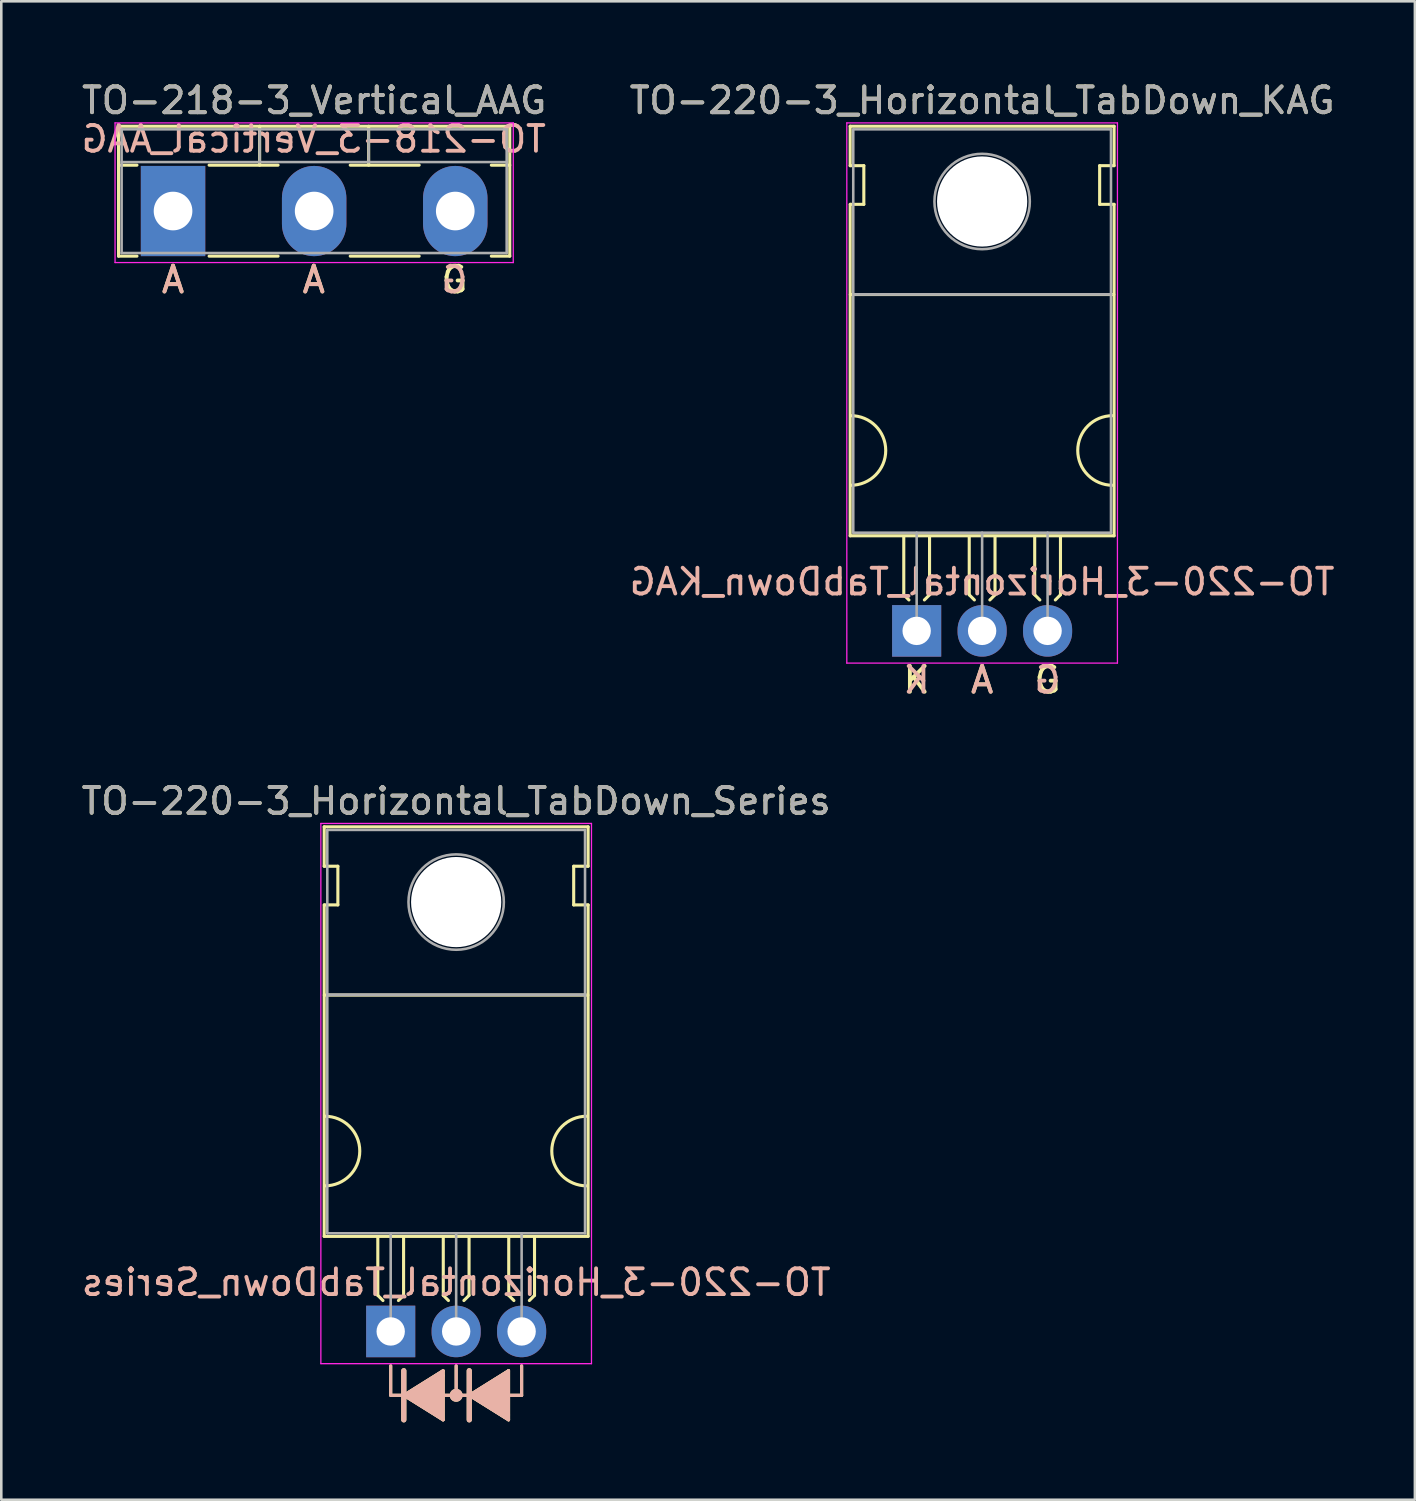
<source format=kicad_pcb>
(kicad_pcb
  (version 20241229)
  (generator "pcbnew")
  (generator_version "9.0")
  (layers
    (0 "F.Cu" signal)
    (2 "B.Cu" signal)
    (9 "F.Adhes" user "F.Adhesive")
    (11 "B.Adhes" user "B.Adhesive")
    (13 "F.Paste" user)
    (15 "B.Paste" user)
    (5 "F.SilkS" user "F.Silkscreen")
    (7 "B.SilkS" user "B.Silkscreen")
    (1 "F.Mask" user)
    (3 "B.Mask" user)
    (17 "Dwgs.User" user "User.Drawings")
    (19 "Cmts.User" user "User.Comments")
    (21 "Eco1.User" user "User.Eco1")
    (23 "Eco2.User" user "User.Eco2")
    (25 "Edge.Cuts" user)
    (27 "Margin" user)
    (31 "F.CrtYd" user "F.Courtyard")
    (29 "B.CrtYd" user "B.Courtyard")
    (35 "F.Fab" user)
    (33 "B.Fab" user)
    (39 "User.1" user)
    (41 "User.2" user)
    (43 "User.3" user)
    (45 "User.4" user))
  (footprint "TO-220-3_Horizontal_TabDown_Series"
    (layer "F.Cu")
    (at 12.109 48.61)
    (property "Reference" "TO-220-3_Horizontal_TabDown_Series" (at 2.54 -20.58 0) (layer "F.SilkS") (effects (font (size 1 1) (thickness 0.15))))
    (fp_line (start -2.58 -19.58) (end -2.58 -18.05) (stroke (width 0.12) (type solid)) (layer "F.SilkS"))
    (fp_line (start -2.58 -19.58) (end 7.66 -19.58) (stroke (width 0.12) (type solid)) (layer "F.SilkS"))
    (fp_line (start -2.58 -18.05) (end -2.05 -18.05) (stroke (width 0.12) (type solid)) (layer "F.SilkS"))
    (fp_line (start -2.58 -16.55) (end -2.58 -3.69) (stroke (width 0.12) (type solid)) (layer "F.SilkS"))
    (fp_line (start -2.58 -3.69) (end 7.66 -3.69) (stroke (width 0.12) (type solid)) (layer "F.SilkS"))
    (fp_line (start -2.575 -13.05) (end 7.65 -13.05) (stroke (width 0.12) (type solid)) (layer "F.SilkS"))
    (fp_line (start -2.05 -18.05) (end -2.05 -16.55) (stroke (width 0.12) (type solid)) (layer "F.SilkS"))
    (fp_line (start -2.05 -16.55) (end -2.575 -16.55) (stroke (width 0.12) (type solid)) (layer "F.SilkS"))
    (fp_line (start -0.5 -3.65) (end -0.5 -1.4) (stroke (width 0.12) (type solid)) (layer "F.SilkS"))
    (fp_line (start -0.5 -1.4) (end -0.3 -1.2) (stroke (width 0.12) (type solid)) (layer "F.SilkS"))
    (fp_line (start 0 1.333) (end 0 2.477) (stroke (width 0.12) (type solid)) (layer "F.SilkS"))
    (fp_line (start 0 2.477) (end 0.508 2.477) (stroke (width 0.12) (type solid)) (layer "F.SilkS"))
    (fp_line (start 0.5 -3.65) (end 0.5 -1.4) (stroke (width 0.12) (type solid)) (layer "F.SilkS"))
    (fp_line (start 0.5 -1.4) (end 0.3 -1.2) (stroke (width 0.12) (type solid)) (layer "F.SilkS"))
    (fp_line (start 0.508 1.524) (end 0.508 3.429) (stroke (width 0.2) (type solid)) (layer "F.SilkS"))
    (fp_line (start 0.508 2.477) (end 2.032 1.524) (stroke (width 0.12) (type solid)) (layer "F.SilkS"))
    (fp_line (start 0.508 2.477) (end 2.032 3.429) (stroke (width 0.12) (type solid)) (layer "F.SilkS"))
    (fp_line (start 2.032 1.714) (end 2.032 1.524) (stroke (width 0.12) (type solid)) (layer "F.SilkS"))
    (fp_line (start 2.032 3.429) (end 2.032 1.714) (stroke (width 0.12) (type solid)) (layer "F.SilkS"))
    (fp_line (start 2.04 -3.65) (end 2.04 -1.4) (stroke (width 0.12) (type solid)) (layer "F.SilkS"))
    (fp_line (start 2.04 -1.4) (end 2.24 -1.2) (stroke (width 0.12) (type solid)) (layer "F.SilkS"))
    (fp_line (start 2.54 1.333) (end 2.54 2.477) (stroke (width 0.12) (type solid)) (layer "F.SilkS"))
    (fp_line (start 2.54 2.477) (end 2.032 2.477) (stroke (width 0.12) (type solid)) (layer "F.SilkS"))
    (fp_line (start 2.54 2.477) (end 3.048 2.477) (stroke (width 0.12) (type solid)) (layer "F.SilkS"))
    (fp_line (start 3.04 -3.65) (end 3.04 -1.4) (stroke (width 0.12) (type solid)) (layer "F.SilkS"))
    (fp_line (start 3.04 -1.4) (end 2.84 -1.2) (stroke (width 0.12) (type solid)) (layer "F.SilkS"))
    (fp_line (start 3.048 1.524) (end 3.048 3.429) (stroke (width 0.2) (type solid)) (layer "F.SilkS"))
    (fp_line (start 3.048 2.477) (end 4.572 3.429) (stroke (width 0.12) (type solid)) (layer "F.SilkS"))
    (fp_line (start 4.572 1.524) (end 3.048 2.477) (stroke (width 0.12) (type solid)) (layer "F.SilkS"))
    (fp_line (start 4.572 3.429) (end 4.572 1.524) (stroke (width 0.12) (type solid)) (layer "F.SilkS"))
    (fp_line (start 4.58 -3.65) (end 4.58 -1.4) (stroke (width 0.12) (type solid)) (layer "F.SilkS"))
    (fp_line (start 4.58 -1.4) (end 4.78 -1.2) (stroke (width 0.12) (type solid)) (layer "F.SilkS"))
    (fp_line (start 5.08 1.333) (end 5.08 2.477) (stroke (width 0.12) (type solid)) (layer "F.SilkS"))
    (fp_line (start 5.08 2.477) (end 4.572 2.477) (stroke (width 0.12) (type solid)) (layer "F.SilkS"))
    (fp_line (start 5.58 -3.65) (end 5.58 -1.4) (stroke (width 0.12) (type solid)) (layer "F.SilkS"))
    (fp_line (start 5.58 -1.4) (end 5.38 -1.2) (stroke (width 0.12) (type solid)) (layer "F.SilkS"))
    (fp_line (start 7.1 -18.05) (end 7.66 -18.05) (stroke (width 0.12) (type solid)) (layer "F.SilkS"))
    (fp_line (start 7.1 -16.55) (end 7.1 -18.05) (stroke (width 0.12) (type solid)) (layer "F.SilkS"))
    (fp_line (start 7.66 -19.58) (end 7.66 -18.05) (stroke (width 0.12) (type solid)) (layer "F.SilkS"))
    (fp_line (start 7.66 -16.55) (end 7.1 -16.55) (stroke (width 0.12) (type solid)) (layer "F.SilkS"))
    (fp_line (start 7.66 -16.55) (end 7.66 -3.69) (stroke (width 0.12) (type solid)) (layer "F.SilkS"))
    (fp_arc (start -2.55 -8.35) (mid -1.2 -7) (end -2.55 -5.65) (stroke (width 0.12) (type solid)) (layer "F.SilkS"))
    (fp_arc (start 7.6 -5.65) (mid 6.25 -7) (end 7.6 -8.35) (stroke (width 0.12) (type solid)) (layer "F.SilkS"))
    (fp_circle (center 2.54 2.477) (end 2.54 2.54) (stroke (width 0.12) (type solid)) (fill no) (layer "F.SilkS"))
    (fp_circle (center 2.54 2.477) (end 2.54 2.603) (stroke (width 0.12) (type solid)) (fill no) (layer "F.SilkS"))
    (fp_circle (center 2.54 2.477) (end 2.54 2.667) (stroke (width 0.12) (type solid)) (fill no) (layer "F.SilkS"))
    (fp_poly (pts (xy 0.508 2.477) (xy 2.032 1.524) (xy 2.032 3.429)) (stroke (width 0.1) (type solid)) (fill yes) (layer "F.SilkS"))
    (fp_poly (pts (xy 4.572 3.429) (xy 3.048 2.477) (xy 4.572 1.524)) (stroke (width 0.1) (type solid)) (fill yes) (layer "F.SilkS"))
    (fp_line (start 0 1.333) (end 0 2.477) (stroke (width 0.12) (type solid)) (layer "B.SilkS"))
    (fp_line (start 0 2.477) (end 0.508 2.477) (stroke (width 0.12) (type solid)) (layer "B.SilkS"))
    (fp_line (start 0.508 2.477) (end 2.032 1.524) (stroke (width 0.12) (type solid)) (layer "B.SilkS"))
    (fp_line (start 0.508 3.429) (end 0.508 1.524) (stroke (width 0.2) (type solid)) (layer "B.SilkS"))
    (fp_line (start 2.032 1.524) (end 2.032 3.429) (stroke (width 0.12) (type solid)) (layer "B.SilkS"))
    (fp_line (start 2.032 3.429) (end 0.508 2.477) (stroke (width 0.12) (type solid)) (layer "B.SilkS"))
    (fp_line (start 2.54 1.333) (end 2.54 2.477) (stroke (width 0.12) (type solid)) (layer "B.SilkS"))
    (fp_line (start 2.54 2.477) (end 2.032 2.477) (stroke (width 0.12) (type solid)) (layer "B.SilkS"))
    (fp_line (start 2.54 2.477) (end 3.048 2.477) (stroke (width 0.12) (type solid)) (layer "B.SilkS"))
    (fp_line (start 3.048 2.477) (end 4.572 1.524) (stroke (width 0.12) (type solid)) (layer "B.SilkS"))
    (fp_line (start 3.048 2.477) (end 4.572 3.429) (stroke (width 0.12) (type solid)) (layer "B.SilkS"))
    (fp_line (start 3.048 3.429) (end 3.048 1.524) (stroke (width 0.2) (type solid)) (layer "B.SilkS"))
    (fp_line (start 4.572 1.524) (end 4.572 3.239) (stroke (width 0.12) (type solid)) (layer "B.SilkS"))
    (fp_line (start 4.572 3.239) (end 4.572 3.429) (stroke (width 0.12) (type solid)) (layer "B.SilkS"))
    (fp_line (start 5.08 1.333) (end 5.08 2.477) (stroke (width 0.12) (type solid)) (layer "B.SilkS"))
    (fp_line (start 5.08 2.477) (end 4.572 2.477) (stroke (width 0.12) (type solid)) (layer "B.SilkS"))
    (fp_circle (center 2.54 2.477) (end 2.54 2.54) (stroke (width 0.12) (type solid)) (fill no) (layer "B.SilkS"))
    (fp_circle (center 2.54 2.477) (end 2.54 2.603) (stroke (width 0.12) (type solid)) (fill no) (layer "B.SilkS"))
    (fp_circle (center 2.54 2.477) (end 2.54 2.667) (stroke (width 0.12) (type solid)) (fill no) (layer "B.SilkS"))
    (fp_poly (pts (xy 2.032 1.524) (xy 0.508 2.477) (xy 2.032 3.429)) (stroke (width 0.1) (type solid)) (fill yes) (layer "B.SilkS"))
    (fp_poly (pts (xy 3.048 2.477) (xy 4.572 3.429) (xy 4.572 1.524)) (stroke (width 0.1) (type solid)) (fill yes) (layer "B.SilkS"))
    (fp_line (start -2.71 -19.71) (end -2.71 1.25) (stroke (width 0.05) (type solid)) (layer "F.CrtYd"))
    (fp_line (start -2.71 1.25) (end 7.79 1.25) (stroke (width 0.05) (type solid)) (layer "F.CrtYd"))
    (fp_line (start 7.79 -19.71) (end -2.71 -19.71) (stroke (width 0.05) (type solid)) (layer "F.CrtYd"))
    (fp_line (start 7.79 1.25) (end 7.79 -19.71) (stroke (width 0.05) (type solid)) (layer "F.CrtYd"))
    (fp_line (start -2.46 -19.46) (end 7.54 -19.46) (stroke (width 0.1) (type solid)) (layer "F.Fab"))
    (fp_line (start -2.46 -13.06) (end -2.46 -19.46) (stroke (width 0.1) (type solid)) (layer "F.Fab"))
    (fp_line (start -2.46 -13.06) (end 7.54 -13.06) (stroke (width 0.1) (type solid)) (layer "F.Fab"))
    (fp_line (start -2.46 -3.81) (end -2.46 -13.06) (stroke (width 0.1) (type solid)) (layer "F.Fab"))
    (fp_line (start 0 -3.81) (end 0 0) (stroke (width 0.1) (type solid)) (layer "F.Fab"))
    (fp_line (start 2.54 -3.81) (end 2.54 0) (stroke (width 0.1) (type solid)) (layer "F.Fab"))
    (fp_line (start 5.08 -3.81) (end 5.08 0) (stroke (width 0.1) (type solid)) (layer "F.Fab"))
    (fp_line (start 7.54 -19.46) (end 7.54 -13.06) (stroke (width 0.1) (type solid)) (layer "F.Fab"))
    (fp_line (start 7.54 -13.06) (end -2.46 -13.06) (stroke (width 0.1) (type solid)) (layer "F.Fab"))
    (fp_line (start 7.54 -13.06) (end 7.54 -3.81) (stroke (width 0.1) (type solid)) (layer "F.Fab"))
    (fp_line (start 7.54 -3.81) (end -2.46 -3.81) (stroke (width 0.1) (type solid)) (layer "F.Fab"))
    (fp_circle (center 2.54 -16.66) (end 4.39 -16.66) (stroke (width 0.1) (type solid)) (fill no) (layer "F.Fab"))
    (fp_text user "${REFERENCE}" (at 2.54 -1.905 0) (layer "B.SilkS") (effects (font (size 1 1) (thickness 0.15)) (justify mirror)))
    (fp_text user "${REFERENCE}" (at 2.54 -20.58 0) (layer "F.Fab") (effects (font (size 1 1) (thickness 0.15))))
    (pad "" np_thru_hole oval (at 2.54 -16.66) (size 3.5 3.5) (drill 3.5) (layers "*.Cu" "*.Mask"))
    (pad "1" thru_hole rect (at 0 0) (size 1.905 2) (drill 1.1) (layers "*.Cu" "*.Mask"))
    (pad "2" thru_hole oval (at 2.54 0) (size 1.905 2) (drill 1.1) (layers "*.Cu" "*.Mask"))
    (pad "3" thru_hole oval (at 5.08 0) (size 1.905 2) (drill 1.1) (layers "*.Cu" "*.Mask")))
  (footprint "TO-218-3_Vertical_AAG"
    (layer "F.Cu")
    (at 3.664 5.138)
    (property "Reference" "TO-218-3_Vertical_AAG" (at 5.475 -4.29 0) (layer "F.SilkS") (effects (font (size 1 1) (thickness 0.15))))
    (fp_line (start -2.115 -3.29) (end -2.115 1.75) (stroke (width 0.12) (type solid)) (layer "F.SilkS"))
    (fp_line (start -2.115 -3.29) (end 13.065 -3.29) (stroke (width 0.12) (type solid)) (layer "F.SilkS"))
    (fp_line (start -2.115 -1.78) (end -1.4 -1.78) (stroke (width 0.12) (type solid)) (layer "F.SilkS"))
    (fp_line (start -2.115 1.75) (end -1.4 1.75) (stroke (width 0.12) (type solid)) (layer "F.SilkS"))
    (fp_line (start 1.4 -1.78) (end 4.075 -1.78) (stroke (width 0.12) (type solid)) (layer "F.SilkS"))
    (fp_line (start 1.4 1.75) (end 4.075 1.75) (stroke (width 0.12) (type solid)) (layer "F.SilkS"))
    (fp_line (start 3.36 -3.29) (end 3.36 -1.78) (stroke (width 0.12) (type solid)) (layer "F.SilkS"))
    (fp_line (start 6.875 -1.78) (end 9.55 -1.78) (stroke (width 0.12) (type solid)) (layer "F.SilkS"))
    (fp_line (start 6.875 1.75) (end 9.55 1.75) (stroke (width 0.12) (type solid)) (layer "F.SilkS"))
    (fp_line (start 7.59 -3.29) (end 7.59 -1.78) (stroke (width 0.12) (type solid)) (layer "F.SilkS"))
    (fp_line (start 12.35 -1.78) (end 13.065 -1.78) (stroke (width 0.12) (type solid)) (layer "F.SilkS"))
    (fp_line (start 12.35 1.75) (end 13.065 1.75) (stroke (width 0.12) (type solid)) (layer "F.SilkS"))
    (fp_line (start 13.065 -3.29) (end 13.065 1.75) (stroke (width 0.12) (type solid)) (layer "F.SilkS"))
    (fp_line (start -2.25 -3.42) (end -2.25 2) (stroke (width 0.05) (type solid)) (layer "F.CrtYd"))
    (fp_line (start -2.25 2) (end 13.2 2) (stroke (width 0.05) (type solid)) (layer "F.CrtYd"))
    (fp_line (start 13.2 -3.42) (end -2.25 -3.42) (stroke (width 0.05) (type solid)) (layer "F.CrtYd"))
    (fp_line (start 13.2 2) (end 13.2 -3.42) (stroke (width 0.05) (type solid)) (layer "F.CrtYd"))
    (fp_line (start -1.995 -3.17) (end -1.995 1.63) (stroke (width 0.1) (type solid)) (layer "F.Fab"))
    (fp_line (start -1.995 -1.9) (end 12.945 -1.9) (stroke (width 0.1) (type solid)) (layer "F.Fab"))
    (fp_line (start -1.995 1.63) (end 12.945 1.63) (stroke (width 0.1) (type solid)) (layer "F.Fab"))
    (fp_line (start 3.36 -3.17) (end 3.36 -1.9) (stroke (width 0.1) (type solid)) (layer "F.Fab"))
    (fp_line (start 7.59 -3.17) (end 7.59 -1.9) (stroke (width 0.1) (type solid)) (layer "F.Fab"))
    (fp_line (start 12.945 -3.17) (end -1.995 -3.17) (stroke (width 0.1) (type solid)) (layer "F.Fab"))
    (fp_line (start 12.945 1.63) (end 12.945 -3.17) (stroke (width 0.1) (type solid)) (layer "F.Fab"))
    (fp_text user "A" (at 0 2.667 0) (unlocked yes) (layer "F.SilkS") (effects (font (size 1 1) (thickness 0.15))))
    (fp_text user "A" (at 5.461 2.667 0) (unlocked yes) (layer "F.SilkS") (effects (font (size 1 1) (thickness 0.15))))
    (fp_text user "G" (at 10.922 2.667 0) (unlocked yes) (layer "F.SilkS") (effects (font (size 1 1) (thickness 0.15))))
    (fp_text user "${REFERENCE}" (at 5.461 -2.794 0) (layer "B.SilkS") (effects (font (size 1 1) (thickness 0.15)) (justify mirror)))
    (fp_text user "A" (at 0 2.667 0) (unlocked yes) (layer "B.SilkS") (effects (font (size 1 1) (thickness 0.15)) (justify mirror)))
    (fp_text user "A" (at 5.461 2.667 0) (unlocked yes) (layer "B.SilkS") (effects (font (size 1 1) (thickness 0.15)) (justify mirror)))
    (fp_text user "G" (at 10.922 2.667 0) (unlocked yes) (layer "B.SilkS") (effects (font (size 1 1) (thickness 0.15)) (justify mirror)))
    (fp_text user "${REFERENCE}" (at 5.475 -4.29 0) (layer "F.Fab") (effects (font (size 1 1) (thickness 0.15))))
    (pad "1" thru_hole rect (at 0 0) (size 2.5 3.5) (drill 1.5) (layers "*.Cu" "*.Mask"))
    (pad "2" thru_hole oval (at 5.475 0) (size 2.5 3.5) (drill 1.5) (layers "*.Cu" "*.Mask"))
    (pad "3" thru_hole oval (at 10.95 0) (size 2.5 3.5) (drill 1.5) (layers "*.Cu" "*.Mask")))
  (footprint "TO-220-3_Horizontal_TabDown_KAG"
    (layer "F.Cu")
    (at 32.516 21.428)
    (property "Reference" "TO-220-3_Horizontal_TabDown_KAG" (at 2.54 -20.58 0) (layer "F.SilkS") (effects (font (size 1 1) (thickness 0.15))))
    (fp_line (start -2.58 -19.58) (end -2.58 -18.05) (stroke (width 0.12) (type solid)) (layer "F.SilkS"))
    (fp_line (start -2.58 -19.58) (end 7.66 -19.58) (stroke (width 0.12) (type solid)) (layer "F.SilkS"))
    (fp_line (start -2.58 -18.05) (end -2.05 -18.05) (stroke (width 0.12) (type solid)) (layer "F.SilkS"))
    (fp_line (start -2.58 -16.55) (end -2.58 -3.69) (stroke (width 0.12) (type solid)) (layer "F.SilkS"))
    (fp_line (start -2.58 -3.69) (end 7.66 -3.69) (stroke (width 0.12) (type solid)) (layer "F.SilkS"))
    (fp_line (start -2.575 -13.05) (end 7.65 -13.05) (stroke (width 0.12) (type solid)) (layer "F.SilkS"))
    (fp_line (start -2.05 -18.05) (end -2.05 -16.55) (stroke (width 0.12) (type solid)) (layer "F.SilkS"))
    (fp_line (start -2.05 -16.55) (end -2.575 -16.55) (stroke (width 0.12) (type solid)) (layer "F.SilkS"))
    (fp_line (start -0.5 -3.65) (end -0.5 -1.4) (stroke (width 0.12) (type solid)) (layer "F.SilkS"))
    (fp_line (start -0.5 -1.4) (end -0.3 -1.2) (stroke (width 0.12) (type solid)) (layer "F.SilkS"))
    (fp_line (start 0.5 -3.65) (end 0.5 -1.4) (stroke (width 0.12) (type solid)) (layer "F.SilkS"))
    (fp_line (start 0.5 -1.4) (end 0.3 -1.2) (stroke (width 0.12) (type solid)) (layer "F.SilkS"))
    (fp_line (start 2.04 -3.65) (end 2.04 -1.4) (stroke (width 0.12) (type solid)) (layer "F.SilkS"))
    (fp_line (start 2.04 -1.4) (end 2.24 -1.2) (stroke (width 0.12) (type solid)) (layer "F.SilkS"))
    (fp_line (start 3.04 -3.65) (end 3.04 -1.4) (stroke (width 0.12) (type solid)) (layer "F.SilkS"))
    (fp_line (start 3.04 -1.4) (end 2.84 -1.2) (stroke (width 0.12) (type solid)) (layer "F.SilkS"))
    (fp_line (start 4.58 -3.65) (end 4.58 -1.4) (stroke (width 0.12) (type solid)) (layer "F.SilkS"))
    (fp_line (start 4.58 -1.4) (end 4.78 -1.2) (stroke (width 0.12) (type solid)) (layer "F.SilkS"))
    (fp_line (start 5.58 -3.65) (end 5.58 -1.4) (stroke (width 0.12) (type solid)) (layer "F.SilkS"))
    (fp_line (start 5.58 -1.4) (end 5.38 -1.2) (stroke (width 0.12) (type solid)) (layer "F.SilkS"))
    (fp_line (start 7.1 -18.05) (end 7.66 -18.05) (stroke (width 0.12) (type solid)) (layer "F.SilkS"))
    (fp_line (start 7.1 -16.55) (end 7.1 -18.05) (stroke (width 0.12) (type solid)) (layer "F.SilkS"))
    (fp_line (start 7.66 -19.58) (end 7.66 -18.05) (stroke (width 0.12) (type solid)) (layer "F.SilkS"))
    (fp_line (start 7.66 -16.55) (end 7.1 -16.55) (stroke (width 0.12) (type solid)) (layer "F.SilkS"))
    (fp_line (start 7.66 -16.55) (end 7.66 -3.69) (stroke (width 0.12) (type solid)) (layer "F.SilkS"))
    (fp_arc (start -2.55 -8.35) (mid -1.2 -7) (end -2.55 -5.65) (stroke (width 0.12) (type solid)) (layer "F.SilkS"))
    (fp_arc (start 7.6 -5.65) (mid 6.25 -7) (end 7.6 -8.35) (stroke (width 0.12) (type solid)) (layer "F.SilkS"))
    (fp_line (start -2.71 -19.71) (end -2.71 1.25) (stroke (width 0.05) (type solid)) (layer "F.CrtYd"))
    (fp_line (start -2.71 1.25) (end 7.79 1.25) (stroke (width 0.05) (type solid)) (layer "F.CrtYd"))
    (fp_line (start 7.79 -19.71) (end -2.71 -19.71) (stroke (width 0.05) (type solid)) (layer "F.CrtYd"))
    (fp_line (start 7.79 1.25) (end 7.79 -19.71) (stroke (width 0.05) (type solid)) (layer "F.CrtYd"))
    (fp_line (start -2.46 -19.46) (end 7.54 -19.46) (stroke (width 0.1) (type solid)) (layer "F.Fab"))
    (fp_line (start -2.46 -13.06) (end -2.46 -19.46) (stroke (width 0.1) (type solid)) (layer "F.Fab"))
    (fp_line (start -2.46 -13.06) (end 7.54 -13.06) (stroke (width 0.1) (type solid)) (layer "F.Fab"))
    (fp_line (start -2.46 -3.81) (end -2.46 -13.06) (stroke (width 0.1) (type solid)) (layer "F.Fab"))
    (fp_line (start 0 -3.81) (end 0 0) (stroke (width 0.1) (type solid)) (layer "F.Fab"))
    (fp_line (start 2.54 -3.81) (end 2.54 0) (stroke (width 0.1) (type solid)) (layer "F.Fab"))
    (fp_line (start 5.08 -3.81) (end 5.08 0) (stroke (width 0.1) (type solid)) (layer "F.Fab"))
    (fp_line (start 7.54 -19.46) (end 7.54 -13.06) (stroke (width 0.1) (type solid)) (layer "F.Fab"))
    (fp_line (start 7.54 -13.06) (end -2.46 -13.06) (stroke (width 0.1) (type solid)) (layer "F.Fab"))
    (fp_line (start 7.54 -13.06) (end 7.54 -3.81) (stroke (width 0.1) (type solid)) (layer "F.Fab"))
    (fp_line (start 7.54 -3.81) (end -2.46 -3.81) (stroke (width 0.1) (type solid)) (layer "F.Fab"))
    (fp_circle (center 2.54 -16.66) (end 4.39 -16.66) (stroke (width 0.1) (type solid)) (fill no) (layer "F.Fab"))
    (fp_text user "K" (at 0 1.905 0) (unlocked yes) (layer "F.SilkS") (effects (font (size 1 1) (thickness 0.15))))
    (fp_text user "A" (at 2.54 1.905 0) (unlocked yes) (layer "F.SilkS") (effects (font (size 1 1) (thickness 0.15))))
    (fp_text user "G" (at 5.08 1.905 0) (unlocked yes) (layer "F.SilkS") (effects (font (size 1 1) (thickness 0.15))))
    (fp_text user "K" (at 0 1.905 0) (unlocked yes) (layer "B.SilkS") (effects (font (size 1 1) (thickness 0.15)) (justify mirror)))
    (fp_text user "G" (at 5.08 1.905 0) (unlocked yes) (layer "B.SilkS") (effects (font (size 1 1) (thickness 0.15)) (justify mirror)))
    (fp_text user "${REFERENCE}" (at 2.54 -1.905 0) (layer "B.SilkS") (effects (font (size 1 1) (thickness 0.15)) (justify mirror)))
    (fp_text user "A" (at 2.54 1.905 0) (unlocked yes) (layer "B.SilkS") (effects (font (size 1 1) (thickness 0.15)) (justify mirror)))
    (fp_text user "${REFERENCE}" (at 2.54 -20.58 0) (layer "F.Fab") (effects (font (size 1 1) (thickness 0.15))))
    (pad "" np_thru_hole oval (at 2.54 -16.66) (size 3.5 3.5) (drill 3.5) (layers "*.Cu" "*.Mask"))
    (pad "1" thru_hole rect (at 0 0) (size 1.905 2) (drill 1.1) (layers "*.Cu" "*.Mask"))
    (pad "2" thru_hole oval (at 2.54 0) (size 1.905 2) (drill 1.1) (layers "*.Cu" "*.Mask"))
    (pad "3" thru_hole oval (at 5.08 0) (size 1.905 2) (drill 1.1) (layers "*.Cu" "*.Mask")))
  (gr_rect
    (start -3 -3)
    (end 51.847 55.139)
    (stroke (width 0.1) (type default))
    (fill no)
    (layer "Edge.Cuts")))
</source>
